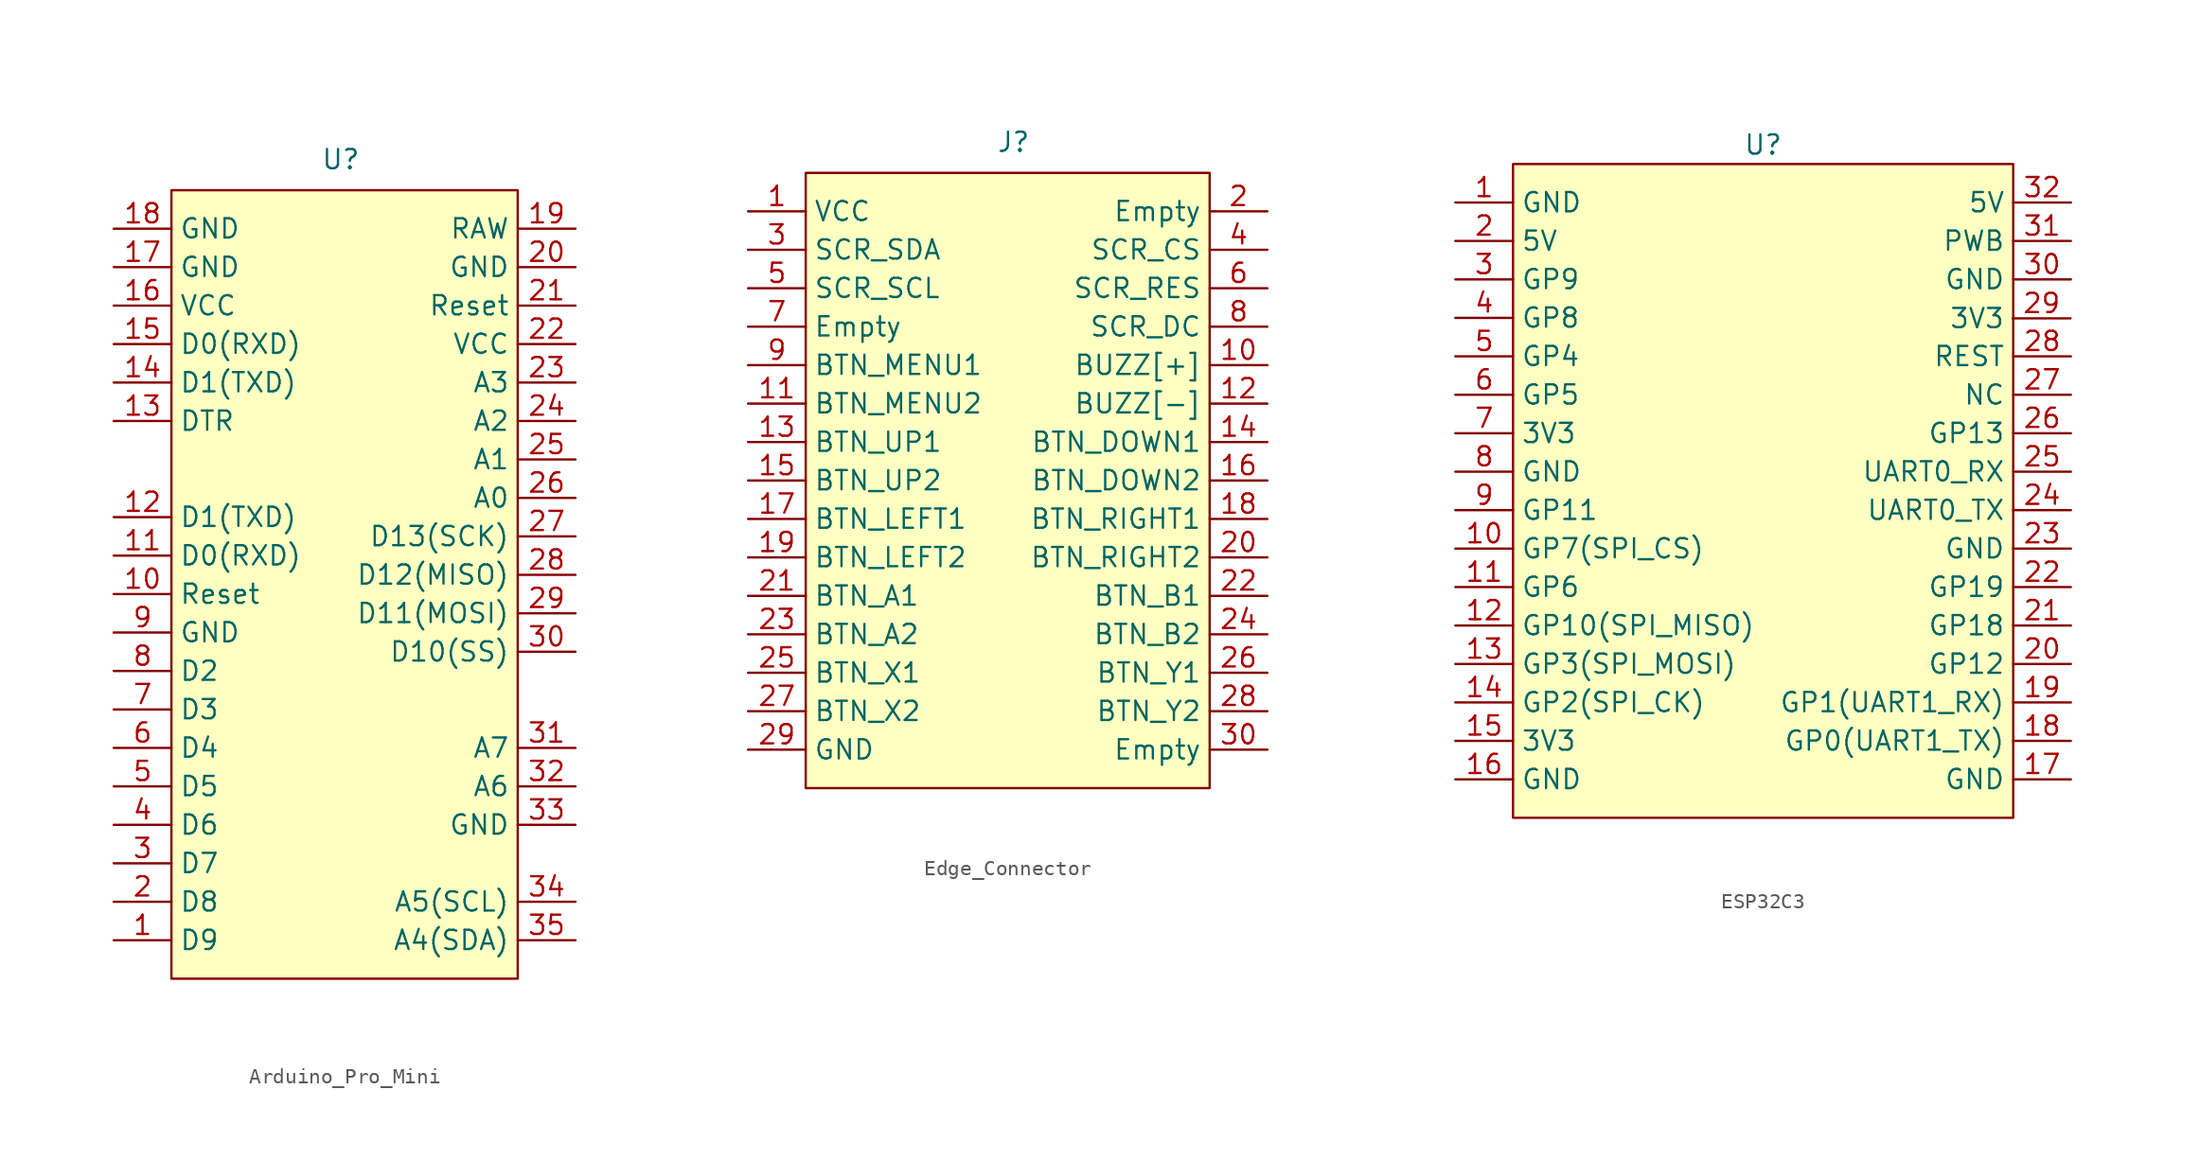
<source format=kicad_sym>
(kicad_symbol_lib
  (version 20241209)
  (generator "kicad_symbol_editor")
  (generator_version "9.0")
  (symbol "Arduino_Pro_Mini"
    (property "Reference" "U"
      (at -0.254 28.702 0)
      (effects (font (size 1.27 1.27))))
    (property "Value" ""
      (at 0 0 0)
      (effects (font (size 1.27 1.27))))
    (symbol "Arduino_Pro_Mini_1_1"
      (rectangle (start -11.43 26.67) (end 11.43 -25.4) (stroke (width 0) (type solid)) (fill (type background)))
      (pin passive line (at -15.24 24.13 0) (length 3.81) (name "GND" (effects (font (size 1.27 1.27)))) (number "18" (effects (font (size 1.27 1.27)))))
      (pin passive line (at -15.24 21.59 0) (length 3.81) (name "GND" (effects (font (size 1.27 1.27)))) (number "17" (effects (font (size 1.27 1.27)))))
      (pin passive line (at -15.24 19.05 0) (length 3.81) (name "VCC" (effects (font (size 1.27 1.27)))) (number "16" (effects (font (size 1.27 1.27)))))
      (pin bidirectional line (at -15.24 16.51 0) (length 3.81) (name "D0(RXD)" (effects (font (size 1.27 1.27)))) (number "15" (effects (font (size 1.27 1.27)))))
      (pin bidirectional line (at -15.24 13.97 0) (length 3.81) (name "D1(TXD)" (effects (font (size 1.27 1.27)))) (number "14" (effects (font (size 1.27 1.27)))))
      (pin bidirectional line (at -15.24 11.43 0) (length 3.81) (name "DTR" (effects (font (size 1.27 1.27)))) (number "13" (effects (font (size 1.27 1.27)))))
      (pin bidirectional line (at -15.24 5.08 0) (length 3.81) (name "D1(TXD)" (effects (font (size 1.27 1.27)))) (number "12" (effects (font (size 1.27 1.27)))))
      (pin bidirectional line (at -15.24 2.54 0) (length 3.81) (name "D0(RXD)" (effects (font (size 1.27 1.27)))) (number "11" (effects (font (size 1.27 1.27)))))
      (pin bidirectional line (at -15.24 0 0) (length 3.81) (name "Reset" (effects (font (size 1.27 1.27)))) (number "10" (effects (font (size 1.27 1.27)))))
      (pin passive line (at -15.24 -2.54 0) (length 3.81) (name "GND" (effects (font (size 1.27 1.27)))) (number "9" (effects (font (size 1.27 1.27)))))
      (pin bidirectional line (at -15.24 -5.08 0) (length 3.81) (name "D2" (effects (font (size 1.27 1.27)))) (number "8" (effects (font (size 1.27 1.27)))))
      (pin bidirectional line (at -15.24 -7.62 0) (length 3.81) (name "D3" (effects (font (size 1.27 1.27)))) (number "7" (effects (font (size 1.27 1.27)))))
      (pin bidirectional line (at -15.24 -10.16 0) (length 3.81) (name "D4" (effects (font (size 1.27 1.27)))) (number "6" (effects (font (size 1.27 1.27)))))
      (pin bidirectional line (at -15.24 -12.7 0) (length 3.81) (name "D5" (effects (font (size 1.27 1.27)))) (number "5" (effects (font (size 1.27 1.27)))))
      (pin bidirectional line (at -15.24 -15.24 0) (length 3.81) (name "D6" (effects (font (size 1.27 1.27)))) (number "4" (effects (font (size 1.27 1.27)))))
      (pin bidirectional line (at -15.24 -17.78 0) (length 3.81) (name "D7" (effects (font (size 1.27 1.27)))) (number "3" (effects (font (size 1.27 1.27)))))
      (pin bidirectional line (at -15.24 -20.32 0) (length 3.81) (name "D8" (effects (font (size 1.27 1.27)))) (number "2" (effects (font (size 1.27 1.27)))))
      (pin bidirectional line (at -15.24 -22.86 0) (length 3.81) (name "D9" (effects (font (size 1.27 1.27)))) (number "1" (effects (font (size 1.27 1.27)))))
      (pin bidirectional line (at 15.24 24.13 180) (length 3.81) (name "RAW" (effects (font (size 1.27 1.27)))) (number "19" (effects (font (size 1.27 1.27)))))
      (pin passive line (at 15.24 21.59 180) (length 3.81) (name "GND" (effects (font (size 1.27 1.27)))) (number "20" (effects (font (size 1.27 1.27)))))
      (pin bidirectional line (at 15.24 19.05 180) (length 3.81) (name "Reset" (effects (font (size 1.27 1.27)))) (number "21" (effects (font (size 1.27 1.27)))))
      (pin passive line (at 15.24 16.51 180) (length 3.81) (name "VCC" (effects (font (size 1.27 1.27)))) (number "22" (effects (font (size 1.27 1.27)))))
      (pin bidirectional line (at 15.24 13.97 180) (length 3.81) (name "A3" (effects (font (size 1.27 1.27)))) (number "23" (effects (font (size 1.27 1.27)))))
      (pin bidirectional line (at 15.24 11.43 180) (length 3.81) (name "A2" (effects (font (size 1.27 1.27)))) (number "24" (effects (font (size 1.27 1.27)))))
      (pin bidirectional line (at 15.24 8.89 180) (length 3.81) (name "A1" (effects (font (size 1.27 1.27)))) (number "25" (effects (font (size 1.27 1.27)))))
      (pin bidirectional line (at 15.24 6.35 180) (length 3.81) (name "A0" (effects (font (size 1.27 1.27)))) (number "26" (effects (font (size 1.27 1.27)))))
      (pin bidirectional line (at 15.24 3.81 180) (length 3.81) (name "D13(SCK)" (effects (font (size 1.27 1.27)))) (number "27" (effects (font (size 1.27 1.27)))))
      (pin bidirectional line (at 15.24 1.27 180) (length 3.81) (name "D12(MISO)" (effects (font (size 1.27 1.27)))) (number "28" (effects (font (size 1.27 1.27)))))
      (pin bidirectional line (at 15.24 -1.27 180) (length 3.81) (name "D11(MOSI)" (effects (font (size 1.27 1.27)))) (number "29" (effects (font (size 1.27 1.27)))))
      (pin bidirectional line (at 15.24 -3.81 180) (length 3.81) (name "D10(SS)" (effects (font (size 1.27 1.27)))) (number "30" (effects (font (size 1.27 1.27)))))
      (pin bidirectional line (at 15.24 -10.16 180) (length 3.81) (name "A7" (effects (font (size 1.27 1.27)))) (number "31" (effects (font (size 1.27 1.27)))))
      (pin bidirectional line (at 15.24 -12.7 180) (length 3.81) (name "A6" (effects (font (size 1.27 1.27)))) (number "32" (effects (font (size 1.27 1.27)))))
      (pin passive line (at 15.24 -15.24 180) (length 3.81) (name "GND" (effects (font (size 1.27 1.27)))) (number "33" (effects (font (size 1.27 1.27)))))
      (pin bidirectional line (at 15.24 -20.32 180) (length 3.81) (name "A5(SCL)" (effects (font (size 1.27 1.27)))) (number "34" (effects (font (size 1.27 1.27)))))
      (pin bidirectional line (at 15.24 -22.86 180) (length 3.81) (name "A4(SDA)" (effects (font (size 1.27 1.27)))) (number "35" (effects (font (size 1.27 1.27)))))))
  (symbol "Edge_Connector"
    (property "Reference" "J"
      (at 1.016 22.352 0)
      (effects (font (size 1.27 1.27))))
    (property "Value" ""
      (at 0 0 0)
      (effects (font (size 1.27 1.27))))
    (symbol "Edge_Connector_1_1"
      (rectangle (start -12.7 20.32) (end 13.97 -20.32) (stroke (width 0) (type solid)) (fill (type background)))
      (pin power_out line (at -16.51 17.78 0) (length 3.81) (name "VCC" (effects (font (size 1.27 1.27)))) (number "1" (effects (font (size 1.27 1.27)))))
      (pin passive line (at -16.51 15.24 0) (length 3.81) (name "SCR_SDA" (effects (font (size 1.27 1.27)))) (number "3" (effects (font (size 1.27 1.27)))))
      (pin passive line (at -16.51 12.7 0) (length 3.81) (name "SCR_SCL" (effects (font (size 1.27 1.27)))) (number "5" (effects (font (size 1.27 1.27)))))
      (pin passive line (at -16.51 10.16 0) (length 3.81) (name "Empty" (effects (font (size 1.27 1.27)))) (number "7" (effects (font (size 1.27 1.27)))))
      (pin passive line (at -16.51 7.62 0) (length 3.81) (name "BTN_MENU1" (effects (font (size 1.27 1.27)))) (number "9" (effects (font (size 1.27 1.27)))))
      (pin passive line (at -16.51 5.08 0) (length 3.81) (name "BTN_MENU2" (effects (font (size 1.27 1.27)))) (number "11" (effects (font (size 1.27 1.27)))))
      (pin passive line (at -16.51 2.54 0) (length 3.81) (name "BTN_UP1" (effects (font (size 1.27 1.27)))) (number "13" (effects (font (size 1.27 1.27)))))
      (pin passive line (at -16.51 0 0) (length 3.81) (name "BTN_UP2" (effects (font (size 1.27 1.27)))) (number "15" (effects (font (size 1.27 1.27)))))
      (pin passive line (at -16.51 -2.54 0) (length 3.81) (name "BTN_LEFT1" (effects (font (size 1.27 1.27)))) (number "17" (effects (font (size 1.27 1.27)))))
      (pin passive line (at -16.51 -5.08 0) (length 3.81) (name "BTN_LEFT2" (effects (font (size 1.27 1.27)))) (number "19" (effects (font (size 1.27 1.27)))))
      (pin passive line (at -16.51 -7.62 0) (length 3.81) (name "BTN_A1" (effects (font (size 1.27 1.27)))) (number "21" (effects (font (size 1.27 1.27)))))
      (pin passive line (at -16.51 -10.16 0) (length 3.81) (name "BTN_A2" (effects (font (size 1.27 1.27)))) (number "23" (effects (font (size 1.27 1.27)))))
      (pin passive line (at -16.51 -12.7 0) (length 3.81) (name "BTN_X1" (effects (font (size 1.27 1.27)))) (number "25" (effects (font (size 1.27 1.27)))))
      (pin passive line (at -16.51 -15.24 0) (length 3.81) (name "BTN_X2" (effects (font (size 1.27 1.27)))) (number "27" (effects (font (size 1.27 1.27)))))
      (pin power_out line (at -16.51 -17.78 0) (length 3.81) (name "GND" (effects (font (size 1.27 1.27)))) (number "29" (effects (font (size 1.27 1.27)))))
      (pin passive line (at 17.78 17.78 180) (length 3.81) (name "Empty" (effects (font (size 1.27 1.27)))) (number "2" (effects (font (size 1.27 1.27)))))
      (pin passive line (at 17.78 15.24 180) (length 3.81) (name "SCR_CS" (effects (font (size 1.27 1.27)))) (number "4" (effects (font (size 1.27 1.27)))))
      (pin passive line (at 17.78 12.7 180) (length 3.81) (name "SCR_RES" (effects (font (size 1.27 1.27)))) (number "6" (effects (font (size 1.27 1.27)))))
      (pin passive line (at 17.78 10.16 180) (length 3.81) (name "SCR_DC" (effects (font (size 1.27 1.27)))) (number "8" (effects (font (size 1.27 1.27)))))
      (pin passive line (at 17.78 7.62 180) (length 3.81) (name "BUZZ[+]" (effects (font (size 1.27 1.27)))) (number "10" (effects (font (size 1.27 1.27)))))
      (pin passive line (at 17.78 5.08 180) (length 3.81) (name "BUZZ[-]" (effects (font (size 1.27 1.27)))) (number "12" (effects (font (size 1.27 1.27)))))
      (pin passive line (at 17.78 2.54 180) (length 3.81) (name "BTN_DOWN1" (effects (font (size 1.27 1.27)))) (number "14" (effects (font (size 1.27 1.27)))))
      (pin passive line (at 17.78 0 180) (length 3.81) (name "BTN_DOWN2" (effects (font (size 1.27 1.27)))) (number "16" (effects (font (size 1.27 1.27)))))
      (pin passive line (at 17.78 -2.54 180) (length 3.81) (name "BTN_RIGHT1" (effects (font (size 1.27 1.27)))) (number "18" (effects (font (size 1.27 1.27)))))
      (pin passive line (at 17.78 -5.08 180) (length 3.81) (name "BTN_RIGHT2" (effects (font (size 1.27 1.27)))) (number "20" (effects (font (size 1.27 1.27)))))
      (pin passive line (at 17.78 -7.62 180) (length 3.81) (name "BTN_B1" (effects (font (size 1.27 1.27)))) (number "22" (effects (font (size 1.27 1.27)))))
      (pin passive line (at 17.78 -10.16 180) (length 3.81) (name "BTN_B2" (effects (font (size 1.27 1.27)))) (number "24" (effects (font (size 1.27 1.27)))))
      (pin passive line (at 17.78 -12.7 180) (length 3.81) (name "BTN_Y1" (effects (font (size 1.27 1.27)))) (number "26" (effects (font (size 1.27 1.27)))))
      (pin passive line (at 17.78 -15.24 180) (length 3.81) (name "BTN_Y2" (effects (font (size 1.27 1.27)))) (number "28" (effects (font (size 1.27 1.27)))))
      (pin passive line (at 17.78 -17.78 180) (length 3.81) (name "Empty" (effects (font (size 1.27 1.27)))) (number "30" (effects (font (size 1.27 1.27)))))))
  (symbol "ESP32C3"
    (property "Reference" "U"
      (at 0 22.86 0)
      (effects (font (size 1.27 1.27))))
    (property "Value" ""
      (at 0 0 0)
      (effects (font (size 1.27 1.27))))
    (symbol "ESP32C3_1_1"
      (rectangle (start -16.51 21.59) (end 16.51 -21.59) (stroke (width 0) (type solid)) (fill (type background)))
      (pin passive line (at -20.32 19.05 0) (length 3.81) (name "GND" (effects (font (size 1.27 1.27)))) (number "1" (effects (font (size 1.27 1.27)))))
      (pin passive line (at -20.32 16.51 0) (length 3.81) (name "5V" (effects (font (size 1.27 1.27)))) (number "2" (effects (font (size 1.27 1.27)))))
      (pin bidirectional line (at -20.32 13.97 0) (length 3.81) (name "GP9" (effects (font (size 1.27 1.27)))) (number "3" (effects (font (size 1.27 1.27)))))
      (pin bidirectional line (at -20.32 11.43 0) (length 3.81) (name "GP8" (effects (font (size 1.27 1.27)))) (number "4" (effects (font (size 1.27 1.27)))))
      (pin bidirectional line (at -20.32 8.89 0) (length 3.81) (name "GP4" (effects (font (size 1.27 1.27)))) (number "5" (effects (font (size 1.27 1.27)))))
      (pin bidirectional line (at -20.32 6.35 0) (length 3.81) (name "GP5" (effects (font (size 1.27 1.27)))) (number "6" (effects (font (size 1.27 1.27)))))
      (pin passive line (at -20.32 3.81 0) (length 3.81) (name "3V3" (effects (font (size 1.27 1.27)))) (number "7" (effects (font (size 1.27 1.27)))))
      (pin passive line (at -20.32 1.27 0) (length 3.81) (name "GND" (effects (font (size 1.27 1.27)))) (number "8" (effects (font (size 1.27 1.27)))))
      (pin bidirectional line (at -20.32 -1.27 0) (length 3.81) (name "GP11" (effects (font (size 1.27 1.27)))) (number "9" (effects (font (size 1.27 1.27)))))
      (pin bidirectional line (at -20.32 -3.81 0) (length 3.81) (name "GP7(SPI_CS)" (effects (font (size 1.27 1.27)))) (number "10" (effects (font (size 1.27 1.27)))))
      (pin bidirectional line (at -20.32 -6.35 0) (length 3.81) (name "GP6" (effects (font (size 1.27 1.27)))) (number "11" (effects (font (size 1.27 1.27)))))
      (pin bidirectional line (at -20.32 -8.89 0) (length 3.81) (name "GP10(SPI_MISO)" (effects (font (size 1.27 1.27)))) (number "12" (effects (font (size 1.27 1.27)))))
      (pin bidirectional line (at -20.32 -11.43 0) (length 3.81) (name "GP3(SPI_MOSI)" (effects (font (size 1.27 1.27)))) (number "13" (effects (font (size 1.27 1.27)))))
      (pin bidirectional line (at -20.32 -13.97 0) (length 3.81) (name "GP2(SPI_CK)" (effects (font (size 1.27 1.27)))) (number "14" (effects (font (size 1.27 1.27)))))
      (pin passive line (at -20.32 -16.51 0) (length 3.81) (name "3V3" (effects (font (size 1.27 1.27)))) (number "15" (effects (font (size 1.27 1.27)))))
      (pin passive line (at -20.32 -19.05 0) (length 3.81) (name "GND" (effects (font (size 1.27 1.27)))) (number "16" (effects (font (size 1.27 1.27)))))
      (pin bidirectional line (at 20.292 11.398 180) (length 3.81) (name "3V3" (effects (font (size 1.27 1.27)))) (number "29" (effects (font (size 1.27 1.27)))))
      (pin bidirectional line (at 20.32 19.05 180) (length 3.81) (name "5V" (effects (font (size 1.27 1.27)))) (number "32" (effects (font (size 1.27 1.27)))))
      (pin bidirectional line (at 20.32 16.51 180) (length 3.81) (name "PWB" (effects (font (size 1.27 1.27)))) (number "31" (effects (font (size 1.27 1.27)))))
      (pin bidirectional line (at 20.32 13.97 180) (length 3.81) (name "GND" (effects (font (size 1.27 1.27)))) (number "30" (effects (font (size 1.27 1.27)))))
      (pin bidirectional line (at 20.32 8.89 180) (length 3.81) (name "REST" (effects (font (size 1.27 1.27)))) (number "28" (effects (font (size 1.27 1.27)))))
      (pin bidirectional line (at 20.32 6.35 180) (length 3.81) (name "NC" (effects (font (size 1.27 1.27)))) (number "27" (effects (font (size 1.27 1.27)))))
      (pin bidirectional line (at 20.32 3.81 180) (length 3.81) (name "GP13" (effects (font (size 1.27 1.27)))) (number "26" (effects (font (size 1.27 1.27)))))
      (pin bidirectional line (at 20.32 1.27 180) (length 3.81) (name "UART0_RX" (effects (font (size 1.27 1.27)))) (number "25" (effects (font (size 1.27 1.27)))))
      (pin bidirectional line (at 20.32 -1.27 180) (length 3.81) (name "UART0_TX" (effects (font (size 1.27 1.27)))) (number "24" (effects (font (size 1.27 1.27)))))
      (pin passive line (at 20.32 -3.81 180) (length 3.81) (name "GND" (effects (font (size 1.27 1.27)))) (number "23" (effects (font (size 1.27 1.27)))))
      (pin bidirectional line (at 20.32 -6.35 180) (length 3.81) (name "GP19" (effects (font (size 1.27 1.27)))) (number "22" (effects (font (size 1.27 1.27)))))
      (pin bidirectional line (at 20.32 -8.89 180) (length 3.81) (name "GP18" (effects (font (size 1.27 1.27)))) (number "21" (effects (font (size 1.27 1.27)))))
      (pin bidirectional line (at 20.32 -11.43 180) (length 3.81) (name "GP12" (effects (font (size 1.27 1.27)))) (number "20" (effects (font (size 1.27 1.27)))))
      (pin bidirectional line (at 20.32 -13.97 180) (length 3.81) (name "GP1(UART1_RX)" (effects (font (size 1.27 1.27)))) (number "19" (effects (font (size 1.27 1.27)))))
      (pin bidirectional line (at 20.32 -16.51 180) (length 3.81) (name "GP0(UART1_TX)" (effects (font (size 1.27 1.27)))) (number "18" (effects (font (size 1.27 1.27)))))
      (pin passive line (at 20.32 -19.05 180) (length 3.81) (name "GND" (effects (font (size 1.27 1.27)))) (number "17" (effects (font (size 1.27 1.27))))))))
</source>
